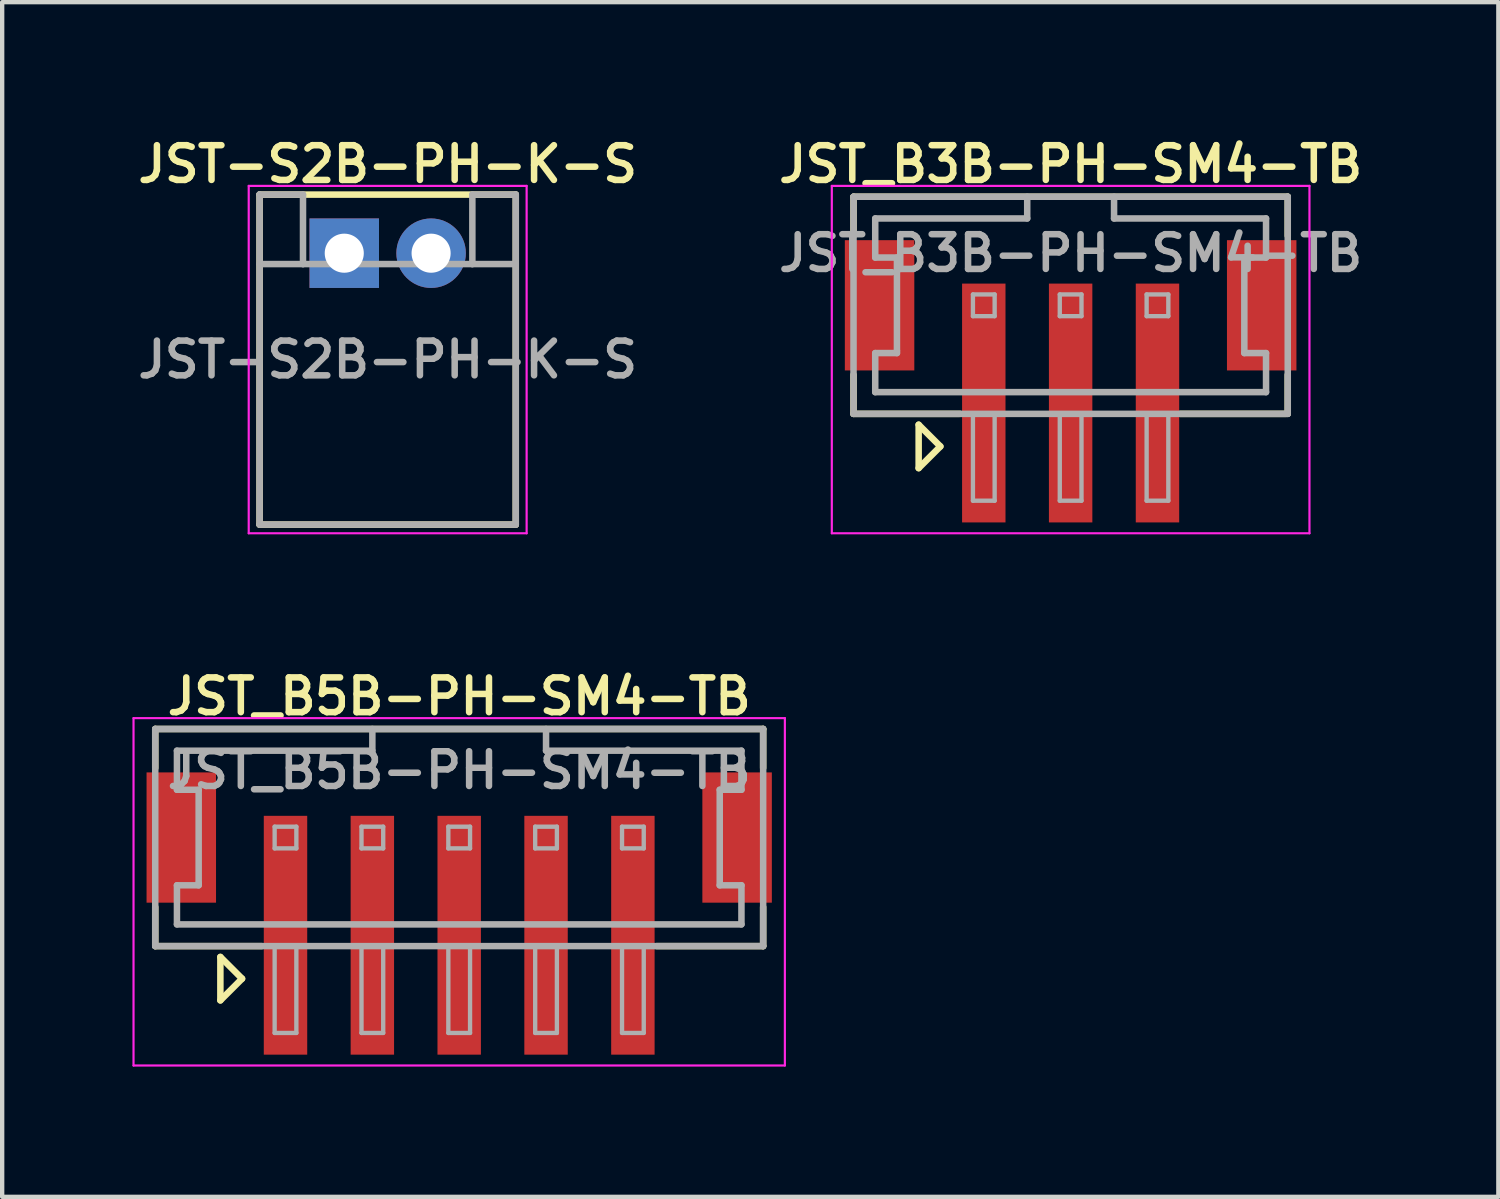
<source format=kicad_pcb>
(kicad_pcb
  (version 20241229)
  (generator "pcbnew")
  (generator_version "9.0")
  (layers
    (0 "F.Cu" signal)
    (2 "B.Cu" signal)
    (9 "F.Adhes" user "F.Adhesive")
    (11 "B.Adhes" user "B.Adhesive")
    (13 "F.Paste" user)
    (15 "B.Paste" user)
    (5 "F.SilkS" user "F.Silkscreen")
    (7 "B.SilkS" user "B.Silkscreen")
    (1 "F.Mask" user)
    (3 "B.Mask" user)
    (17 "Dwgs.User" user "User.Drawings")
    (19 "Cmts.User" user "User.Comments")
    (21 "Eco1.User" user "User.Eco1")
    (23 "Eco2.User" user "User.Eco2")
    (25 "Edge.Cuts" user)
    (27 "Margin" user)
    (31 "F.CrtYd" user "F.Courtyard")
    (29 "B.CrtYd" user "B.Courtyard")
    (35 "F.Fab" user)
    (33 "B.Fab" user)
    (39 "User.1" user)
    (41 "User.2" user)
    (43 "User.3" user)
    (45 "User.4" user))
  (footprint "JST_B3B-PH-SM4-TB"
    (layer "F.Cu")
    (at 21.606 6.231)
    (property "Reference" "JST_B3B-PH-SM4-TB" (at 0 -5.5 0) (layer "F.SilkS") (effects (font (size 0.8 0.8) (thickness 0.15))))
    (attr through_hole)
    (fp_line (start -5 -4.75) (end 5 -4.75) (stroke (width 0.15) (type solid)) (layer "F.SilkS"))
    (fp_line (start -5 -3.85) (end -5 -4.75) (stroke (width 0.15) (type solid)) (layer "F.SilkS"))
    (fp_line (start -5 -0.65) (end -5 0.25) (stroke (width 0.15) (type solid)) (layer "F.SilkS"))
    (fp_line (start -5 0.25) (end -2.55 0.25) (stroke (width 0.15) (type solid)) (layer "F.SilkS"))
    (fp_line (start -3.5 0.5) (end -3.5 1.5) (stroke (width 0.15) (type solid)) (layer "F.SilkS"))
    (fp_line (start -3.5 1.5) (end -3 1) (stroke (width 0.15) (type solid)) (layer "F.SilkS"))
    (fp_line (start -3 1) (end -3.5 0.5) (stroke (width 0.15) (type solid)) (layer "F.SilkS"))
    (fp_line (start 4.975 0.25) (end 2.525 0.25) (stroke (width 0.15) (type solid)) (layer "F.SilkS"))
    (fp_line (start 5 -4.75) (end 5 -3.85) (stroke (width 0.15) (type solid)) (layer "F.SilkS"))
    (fp_line (start 5 -0.65) (end 5 0.25) (stroke (width 0.15) (type solid)) (layer "F.SilkS"))
    (fp_line (start -5.5 -5) (end 5.5 -5) (stroke (width 0.05) (type solid)) (layer "F.CrtYd"))
    (fp_line (start -5.5 3) (end -5.5 -5) (stroke (width 0.05) (type solid)) (layer "F.CrtYd"))
    (fp_line (start 5.5 -5) (end 5.5 3) (stroke (width 0.05) (type solid)) (layer "F.CrtYd"))
    (fp_line (start 5.5 3) (end -5.5 3) (stroke (width 0.05) (type solid)) (layer "F.CrtYd"))
    (fp_line (start -5 -4.75) (end -5 0.25) (stroke (width 0.15) (type solid)) (layer "F.Fab"))
    (fp_line (start -5 0.25) (end 5 0.25) (stroke (width 0.15) (type solid)) (layer "F.Fab"))
    (fp_line (start -4.5 -4.25) (end -1 -4.25) (stroke (width 0.15) (type solid)) (layer "F.Fab"))
    (fp_line (start -4.5 -3.35) (end -4.5 -4.25) (stroke (width 0.15) (type solid)) (layer "F.Fab"))
    (fp_line (start -4.5 -3.35) (end -4 -3.35) (stroke (width 0.15) (type solid)) (layer "F.Fab"))
    (fp_line (start -4.5 -0.25) (end -4.5 -1.15) (stroke (width 0.15) (type solid)) (layer "F.Fab"))
    (fp_line (start -4 -3.35) (end -4 -1.2) (stroke (width 0.15) (type solid)) (layer "F.Fab"))
    (fp_line (start -4 -1.2) (end -4 -1.15) (stroke (width 0.15) (type solid)) (layer "F.Fab"))
    (fp_line (start -4 -1.15) (end -4.5 -1.15) (stroke (width 0.15) (type solid)) (layer "F.Fab"))
    (fp_line (start -2.25 -2.5) (end -2.25 -2) (stroke (width 0.1) (type solid)) (layer "F.Fab"))
    (fp_line (start -2.25 -2) (end -1.75 -2) (stroke (width 0.1) (type solid)) (layer "F.Fab"))
    (fp_line (start -2.25 0.25) (end -2.25 2.25) (stroke (width 0.1) (type solid)) (layer "F.Fab"))
    (fp_line (start -2.25 2.25) (end -1.75 2.25) (stroke (width 0.1) (type solid)) (layer "F.Fab"))
    (fp_line (start -1.75 -2.5) (end -2.25 -2.5) (stroke (width 0.1) (type solid)) (layer "F.Fab"))
    (fp_line (start -1.75 -2) (end -1.75 -2.5) (stroke (width 0.1) (type solid)) (layer "F.Fab"))
    (fp_line (start -1.75 2.25) (end -1.75 0.25) (stroke (width 0.1) (type solid)) (layer "F.Fab"))
    (fp_line (start -1 -4.25) (end -1 -4.75) (stroke (width 0.15) (type solid)) (layer "F.Fab"))
    (fp_line (start -0.25 -2.5) (end -0.25 -2) (stroke (width 0.1) (type solid)) (layer "F.Fab"))
    (fp_line (start -0.25 -2) (end 0.25 -2) (stroke (width 0.1) (type solid)) (layer "F.Fab"))
    (fp_line (start -0.25 0.25) (end -0.25 2.25) (stroke (width 0.1) (type solid)) (layer "F.Fab"))
    (fp_line (start -0.25 2.25) (end 0.25 2.25) (stroke (width 0.1) (type solid)) (layer "F.Fab"))
    (fp_line (start 0.25 -2.5) (end -0.25 -2.5) (stroke (width 0.1) (type solid)) (layer "F.Fab"))
    (fp_line (start 0.25 -2) (end 0.25 -2.5) (stroke (width 0.1) (type solid)) (layer "F.Fab"))
    (fp_line (start 0.25 2.25) (end 0.25 0.25) (stroke (width 0.1) (type solid)) (layer "F.Fab"))
    (fp_line (start 1 -4.75) (end 1 -4.25) (stroke (width 0.15) (type solid)) (layer "F.Fab"))
    (fp_line (start 1 -4.25) (end 4.5 -4.25) (stroke (width 0.15) (type solid)) (layer "F.Fab"))
    (fp_line (start 1.75 -2.5) (end 1.75 -2) (stroke (width 0.1) (type solid)) (layer "F.Fab"))
    (fp_line (start 1.75 -2) (end 2.25 -2) (stroke (width 0.1) (type solid)) (layer "F.Fab"))
    (fp_line (start 1.75 0.25) (end 1.75 2.25) (stroke (width 0.1) (type solid)) (layer "F.Fab"))
    (fp_line (start 1.75 2.25) (end 2.25 2.25) (stroke (width 0.1) (type solid)) (layer "F.Fab"))
    (fp_line (start 2.25 -2.5) (end 1.75 -2.5) (stroke (width 0.1) (type solid)) (layer "F.Fab"))
    (fp_line (start 2.25 -2) (end 2.25 -2.5) (stroke (width 0.1) (type solid)) (layer "F.Fab"))
    (fp_line (start 2.25 2.25) (end 2.25 0.25) (stroke (width 0.1) (type solid)) (layer "F.Fab"))
    (fp_line (start 4 -3.35) (end 4 -1.15) (stroke (width 0.15) (type solid)) (layer "F.Fab"))
    (fp_line (start 4 -1.15) (end 4.5 -1.15) (stroke (width 0.15) (type solid)) (layer "F.Fab"))
    (fp_line (start 4.5 -4.25) (end 4.5 -3.35) (stroke (width 0.15) (type solid)) (layer "F.Fab"))
    (fp_line (start 4.5 -3.35) (end 4 -3.35) (stroke (width 0.15) (type solid)) (layer "F.Fab"))
    (fp_line (start 4.5 -1.15) (end 4.5 -0.25) (stroke (width 0.15) (type solid)) (layer "F.Fab"))
    (fp_line (start 4.5 -0.25) (end -4.5 -0.25) (stroke (width 0.15) (type solid)) (layer "F.Fab"))
    (fp_line (start 5 -4.75) (end -5 -4.75) (stroke (width 0.15) (type solid)) (layer "F.Fab"))
    (fp_line (start 5 0.25) (end 5 -4.75) (stroke (width 0.15) (type solid)) (layer "F.Fab"))
    (fp_text user "${REFERENCE}" (at 0 -3.45 0) (layer "F.Fab") (effects (font (size 0.8 0.8) (thickness 0.15))))
    (pad "" smd rect (at -4.4 -2.25) (size 1.6 3) (layers "F.Cu" "F.Mask" "F.Paste"))
    (pad "" smd rect (at 4.4 -2.25) (size 1.6 3) (layers "F.Cu" "F.Mask" "F.Paste"))
    (pad "1" smd rect (at -2 0) (size 1 5.5) (layers "F.Cu" "F.Mask" "F.Paste"))
    (pad "2" smd rect (at 0 0) (size 1 5.5) (layers "F.Cu" "F.Mask" "F.Paste"))
    (pad "3" smd rect (at 2 0) (size 1 5.5) (layers "F.Cu" "F.Mask" "F.Paste")))
  (footprint "JST-S2B-PH-K-S"
    (layer "F.Cu")
    (at 5.878 5.231)
    (property "Reference" "JST-S2B-PH-K-S" (at 0 -4.5 0) (layer "F.SilkS") (effects (font (size 0.8 0.8) (thickness 0.15))))
    (attr through_hole)
    (fp_line (start -2.95 -3.8) (end -2.95 3.8) (stroke (width 0.15) (type solid)) (layer "F.SilkS"))
    (fp_line (start -2.95 3.8) (end 2.95 3.8) (stroke (width 0.15) (type solid)) (layer "F.SilkS"))
    (fp_line (start 2.95 -3.8) (end -2.95 -3.8) (stroke (width 0.15) (type solid)) (layer "F.SilkS"))
    (fp_line (start 2.95 3.8) (end 2.95 -3.8) (stroke (width 0.15) (type solid)) (layer "F.SilkS"))
    (fp_line (start -3.2 -4) (end 3.2 -4) (stroke (width 0.05) (type solid)) (layer "F.CrtYd"))
    (fp_line (start -3.2 4) (end -3.2 -4) (stroke (width 0.05) (type solid)) (layer "F.CrtYd"))
    (fp_line (start 3.2 -4) (end 3.2 4) (stroke (width 0.05) (type solid)) (layer "F.CrtYd"))
    (fp_line (start 3.2 4) (end -3.2 4) (stroke (width 0.05) (type solid)) (layer "F.CrtYd"))
    (fp_line (start -2.95 -3.8) (end -2.95 3.8) (stroke (width 0.15) (type solid)) (layer "F.Fab"))
    (fp_line (start -2.95 -3.8) (end -1.95 -3.8) (stroke (width 0.15) (type solid)) (layer "F.Fab"))
    (fp_line (start -2.95 3.8) (end 2.95 3.8) (stroke (width 0.15) (type solid)) (layer "F.Fab"))
    (fp_line (start -1.95 -3.8) (end -1.95 -2.2) (stroke (width 0.15) (type solid)) (layer "F.Fab"))
    (fp_line (start -1.95 -2.2) (end -2.95 -2.2) (stroke (width 0.15) (type solid)) (layer "F.Fab"))
    (fp_line (start -1.95 -2.2) (end 1.95 -2.2) (stroke (width 0.15) (type solid)) (layer "F.Fab"))
    (fp_line (start 1.95 -3.8) (end 2.95 -3.8) (stroke (width 0.15) (type solid)) (layer "F.Fab"))
    (fp_line (start 1.95 -2.2) (end 1.95 -3.8) (stroke (width 0.15) (type solid)) (layer "F.Fab"))
    (fp_line (start 1.95 -2.2) (end 2.95 -2.2) (stroke (width 0.15) (type solid)) (layer "F.Fab"))
    (fp_line (start 2.95 3.8) (end 2.95 -3.8) (stroke (width 0.15) (type solid)) (layer "F.Fab"))
    (fp_text user "${REFERENCE}" (at 0 0 0) (layer "F.Fab") (effects (font (size 0.8 0.8) (thickness 0.15))))
    (pad "1" thru_hole rect (at -1 -2.45) (size 1.6 1.6) (drill 0.9) (layers "*.Cu" "*.Mask"))
    (pad "2" thru_hole circle (at 1 -2.45) (size 1.6 1.6) (drill 0.9) (layers "*.Cu" "*.Mask")))
  (footprint "JST_B5B-PH-SM4-TB"
    (layer "F.Cu")
    (at 7.525 18.488)
    (property "Reference" "JST_B5B-PH-SM4-TB" (at 0 -5.5 0) (layer "F.SilkS") (effects (font (size 0.8 0.8) (thickness 0.15))))
    (attr through_hole)
    (fp_line (start -7 -4.75) (end 7 -4.75) (stroke (width 0.15) (type solid)) (layer "F.SilkS"))
    (fp_line (start -7 -3.85) (end -7 -4.75) (stroke (width 0.15) (type solid)) (layer "F.SilkS"))
    (fp_line (start -7 -0.65) (end -7 0.25) (stroke (width 0.15) (type solid)) (layer "F.SilkS"))
    (fp_line (start -7 0.25) (end -4.55 0.25) (stroke (width 0.15) (type solid)) (layer "F.SilkS"))
    (fp_line (start -5.5 0.5) (end -5.5 1.5) (stroke (width 0.15) (type solid)) (layer "F.SilkS"))
    (fp_line (start -5.5 1.5) (end -5 1) (stroke (width 0.15) (type solid)) (layer "F.SilkS"))
    (fp_line (start -5 1) (end -5.5 0.5) (stroke (width 0.15) (type solid)) (layer "F.SilkS"))
    (fp_line (start 7 -4.75) (end 7 -3.85) (stroke (width 0.15) (type solid)) (layer "F.SilkS"))
    (fp_line (start 7 -0.65) (end 7 0.25) (stroke (width 0.15) (type solid)) (layer "F.SilkS"))
    (fp_line (start 7 0.25) (end 4.55 0.25) (stroke (width 0.15) (type solid)) (layer "F.SilkS"))
    (fp_line (start -7.5 -5) (end 7.5 -5) (stroke (width 0.05) (type solid)) (layer "F.CrtYd"))
    (fp_line (start -7.5 3) (end -7.5 -5) (stroke (width 0.05) (type solid)) (layer "F.CrtYd"))
    (fp_line (start 7.5 -5) (end 7.5 3) (stroke (width 0.05) (type solid)) (layer "F.CrtYd"))
    (fp_line (start 7.5 3) (end -7.5 3) (stroke (width 0.05) (type solid)) (layer "F.CrtYd"))
    (fp_line (start -7 -4.75) (end -7 0.25) (stroke (width 0.15) (type solid)) (layer "F.Fab"))
    (fp_line (start -7 0.25) (end 7 0.25) (stroke (width 0.15) (type solid)) (layer "F.Fab"))
    (fp_line (start -6.5 -4.25) (end -2 -4.25) (stroke (width 0.15) (type solid)) (layer "F.Fab"))
    (fp_line (start -6.5 -3.35) (end -6.5 -4.25) (stroke (width 0.15) (type solid)) (layer "F.Fab"))
    (fp_line (start -6.5 -3.35) (end -6 -3.35) (stroke (width 0.15) (type solid)) (layer "F.Fab"))
    (fp_line (start -6.5 -0.25) (end -6.5 -1.15) (stroke (width 0.15) (type solid)) (layer "F.Fab"))
    (fp_line (start -6 -3.35) (end -6 -1.2) (stroke (width 0.15) (type solid)) (layer "F.Fab"))
    (fp_line (start -6 -1.2) (end -6 -1.15) (stroke (width 0.15) (type solid)) (layer "F.Fab"))
    (fp_line (start -6 -1.15) (end -6.5 -1.15) (stroke (width 0.15) (type solid)) (layer "F.Fab"))
    (fp_line (start -4.25 -2.5) (end -4.25 -2) (stroke (width 0.1) (type solid)) (layer "F.Fab"))
    (fp_line (start -4.25 -2) (end -3.75 -2) (stroke (width 0.1) (type solid)) (layer "F.Fab"))
    (fp_line (start -4.25 0.25) (end -4.25 2.25) (stroke (width 0.1) (type solid)) (layer "F.Fab"))
    (fp_line (start -4.25 2.25) (end -3.75 2.25) (stroke (width 0.1) (type solid)) (layer "F.Fab"))
    (fp_line (start -3.75 -2.5) (end -4.25 -2.5) (stroke (width 0.1) (type solid)) (layer "F.Fab"))
    (fp_line (start -3.75 -2) (end -3.75 -2.5) (stroke (width 0.1) (type solid)) (layer "F.Fab"))
    (fp_line (start -3.75 2.25) (end -3.75 0.25) (stroke (width 0.1) (type solid)) (layer "F.Fab"))
    (fp_line (start -2.25 -2.5) (end -2.25 -2) (stroke (width 0.1) (type solid)) (layer "F.Fab"))
    (fp_line (start -2.25 -2) (end -1.75 -2) (stroke (width 0.1) (type solid)) (layer "F.Fab"))
    (fp_line (start -2.25 0.25) (end -2.25 2.25) (stroke (width 0.1) (type solid)) (layer "F.Fab"))
    (fp_line (start -2.25 2.25) (end -1.75 2.25) (stroke (width 0.1) (type solid)) (layer "F.Fab"))
    (fp_line (start -2 -4.25) (end -2 -4.75) (stroke (width 0.15) (type solid)) (layer "F.Fab"))
    (fp_line (start -1.75 -2.5) (end -2.25 -2.5) (stroke (width 0.1) (type solid)) (layer "F.Fab"))
    (fp_line (start -1.75 -2) (end -1.75 -2.5) (stroke (width 0.1) (type solid)) (layer "F.Fab"))
    (fp_line (start -1.75 2.25) (end -1.75 0.25) (stroke (width 0.1) (type solid)) (layer "F.Fab"))
    (fp_line (start -0.25 -2.5) (end -0.25 -2) (stroke (width 0.1) (type solid)) (layer "F.Fab"))
    (fp_line (start -0.25 -2) (end 0.25 -2) (stroke (width 0.1) (type solid)) (layer "F.Fab"))
    (fp_line (start -0.25 0.25) (end -0.25 2.25) (stroke (width 0.1) (type solid)) (layer "F.Fab"))
    (fp_line (start -0.25 2.25) (end 0.25 2.25) (stroke (width 0.1) (type solid)) (layer "F.Fab"))
    (fp_line (start 0.25 -2.5) (end -0.25 -2.5) (stroke (width 0.1) (type solid)) (layer "F.Fab"))
    (fp_line (start 0.25 -2) (end 0.25 -2.5) (stroke (width 0.1) (type solid)) (layer "F.Fab"))
    (fp_line (start 0.25 2.25) (end 0.25 0.25) (stroke (width 0.1) (type solid)) (layer "F.Fab"))
    (fp_line (start 1.75 -2.5) (end 1.75 -2) (stroke (width 0.1) (type solid)) (layer "F.Fab"))
    (fp_line (start 1.75 -2) (end 2.25 -2) (stroke (width 0.1) (type solid)) (layer "F.Fab"))
    (fp_line (start 1.75 0.25) (end 1.75 2.25) (stroke (width 0.1) (type solid)) (layer "F.Fab"))
    (fp_line (start 1.75 2.25) (end 2.25 2.25) (stroke (width 0.1) (type solid)) (layer "F.Fab"))
    (fp_line (start 2 -4.75) (end 2 -4.25) (stroke (width 0.15) (type solid)) (layer "F.Fab"))
    (fp_line (start 2 -4.25) (end 6.5 -4.25) (stroke (width 0.15) (type solid)) (layer "F.Fab"))
    (fp_line (start 2.25 -2.5) (end 1.75 -2.5) (stroke (width 0.1) (type solid)) (layer "F.Fab"))
    (fp_line (start 2.25 -2) (end 2.25 -2.5) (stroke (width 0.1) (type solid)) (layer "F.Fab"))
    (fp_line (start 2.25 2.25) (end 2.25 0.25) (stroke (width 0.1) (type solid)) (layer "F.Fab"))
    (fp_line (start 3.75 -2.5) (end 3.75 -2) (stroke (width 0.1) (type solid)) (layer "F.Fab"))
    (fp_line (start 3.75 -2) (end 4.25 -2) (stroke (width 0.1) (type solid)) (layer "F.Fab"))
    (fp_line (start 3.75 0.25) (end 3.75 2.25) (stroke (width 0.1) (type solid)) (layer "F.Fab"))
    (fp_line (start 3.75 2.25) (end 4.25 2.25) (stroke (width 0.1) (type solid)) (layer "F.Fab"))
    (fp_line (start 4.25 -2.5) (end 3.75 -2.5) (stroke (width 0.1) (type solid)) (layer "F.Fab"))
    (fp_line (start 4.25 -2) (end 4.25 -2.5) (stroke (width 0.1) (type solid)) (layer "F.Fab"))
    (fp_line (start 4.25 2.25) (end 4.25 0.25) (stroke (width 0.1) (type solid)) (layer "F.Fab"))
    (fp_line (start 6 -3.35) (end 6 -1.15) (stroke (width 0.15) (type solid)) (layer "F.Fab"))
    (fp_line (start 6 -1.15) (end 6.5 -1.15) (stroke (width 0.15) (type solid)) (layer "F.Fab"))
    (fp_line (start 6.5 -4.25) (end 6.5 -3.35) (stroke (width 0.15) (type solid)) (layer "F.Fab"))
    (fp_line (start 6.5 -3.35) (end 6 -3.35) (stroke (width 0.15) (type solid)) (layer "F.Fab"))
    (fp_line (start 6.5 -1.15) (end 6.5 -0.25) (stroke (width 0.15) (type solid)) (layer "F.Fab"))
    (fp_line (start 6.5 -0.25) (end -6.5 -0.25) (stroke (width 0.15) (type solid)) (layer "F.Fab"))
    (fp_line (start 7 -4.75) (end -7 -4.75) (stroke (width 0.15) (type solid)) (layer "F.Fab"))
    (fp_line (start 7 0.25) (end 7 -4.75) (stroke (width 0.15) (type solid)) (layer "F.Fab"))
    (fp_text user "${REFERENCE}" (at 0 -3.8 0) (layer "F.Fab") (effects (font (size 0.8 0.8) (thickness 0.15))))
    (pad "" smd rect (at -6.4 -2.25) (size 1.6 3) (layers "F.Cu" "F.Mask" "F.Paste"))
    (pad "" smd rect (at 6.4 -2.25) (size 1.6 3) (layers "F.Cu" "F.Mask" "F.Paste"))
    (pad "1" smd rect (at -4 0) (size 1 5.5) (layers "F.Cu" "F.Mask" "F.Paste"))
    (pad "2" smd rect (at -2 0) (size 1 5.5) (layers "F.Cu" "F.Mask" "F.Paste"))
    (pad "3" smd rect (at 0 0) (size 1 5.5) (layers "F.Cu" "F.Mask" "F.Paste"))
    (pad "4" smd rect (at 2 0) (size 1 5.5) (layers "F.Cu" "F.Mask" "F.Paste"))
    (pad "5" smd rect (at 4 0) (size 1 5.5) (layers "F.Cu" "F.Mask" "F.Paste")))
  (gr_rect
    (start -3 -3)
    (end 31.456 24.512)
    (stroke (width 0.1) (type default))
    (fill no)
    (layer "Edge.Cuts")))
</source>
